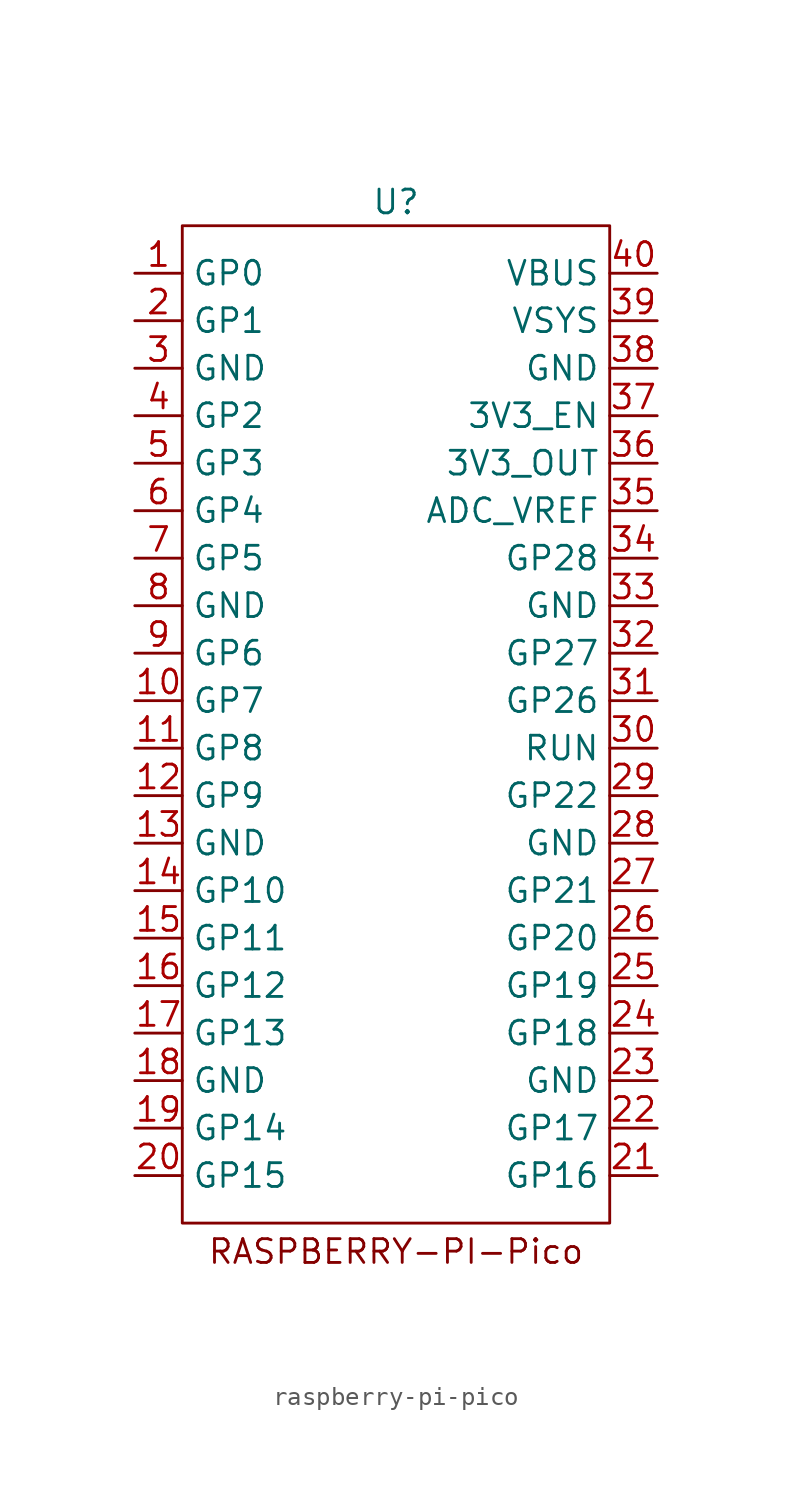
<source format=kicad_sym>
(kicad_symbol_lib
  (version 20231120)
  (generator "kicad_symbol_editor")
  (generator_version "8.0")
  (symbol "raspberry-pi-pico"
    (property "Reference" "U"
      (at 0 0 0)
      (effects (font (size 1.27 1.27))))
    (property "Value" ""
      (at 0 0 0)
      (effects (font (size 1.27 1.27))))
    (symbol "raspberry-pi-pico_0_1"
      (rectangle (start -11.43 -1.27) (end 11.43 -54.61) (stroke (width 0) (type default)) (fill (type none))))
    (symbol "raspberry-pi-pico_1_1"
      (text "RASPBERRY-PI-Pico" (at 0 -56.134 0) (effects (font (size 1.27 1.27))))
      (pin passive line (at -13.97 -3.81 0) (length 2.54) (name "GP0" (effects (font (size 1.27 1.27)))) (number "1" (effects (font (size 1.27 1.27)))))
      (pin passive line (at -13.97 -26.67 0) (length 2.54) (name "GP7" (effects (font (size 1.27 1.27)))) (number "10" (effects (font (size 1.27 1.27)))))
      (pin passive line (at -13.97 -29.21 0) (length 2.54) (name "GP8" (effects (font (size 1.27 1.27)))) (number "11" (effects (font (size 1.27 1.27)))))
      (pin passive line (at -13.97 -31.75 0) (length 2.54) (name "GP9" (effects (font (size 1.27 1.27)))) (number "12" (effects (font (size 1.27 1.27)))))
      (pin passive line (at -13.97 -34.29 0) (length 2.54) (name "GND" (effects (font (size 1.27 1.27)))) (number "13" (effects (font (size 1.27 1.27)))))
      (pin passive line (at -13.97 -36.83 0) (length 2.54) (name "GP10" (effects (font (size 1.27 1.27)))) (number "14" (effects (font (size 1.27 1.27)))))
      (pin passive line (at -13.97 -39.37 0) (length 2.54) (name "GP11" (effects (font (size 1.27 1.27)))) (number "15" (effects (font (size 1.27 1.27)))))
      (pin passive line (at -13.97 -41.91 0) (length 2.54) (name "GP12" (effects (font (size 1.27 1.27)))) (number "16" (effects (font (size 1.27 1.27)))))
      (pin passive line (at -13.97 -44.45 0) (length 2.54) (name "GP13" (effects (font (size 1.27 1.27)))) (number "17" (effects (font (size 1.27 1.27)))))
      (pin passive line (at -13.97 -46.99 0) (length 2.54) (name "GND" (effects (font (size 1.27 1.27)))) (number "18" (effects (font (size 1.27 1.27)))))
      (pin passive line (at -13.97 -49.53 0) (length 2.54) (name "GP14" (effects (font (size 1.27 1.27)))) (number "19" (effects (font (size 1.27 1.27)))))
      (pin passive line (at -13.97 -6.35 0) (length 2.54) (name "GP1" (effects (font (size 1.27 1.27)))) (number "2" (effects (font (size 1.27 1.27)))))
      (pin passive line (at -13.97 -52.07 0) (length 2.54) (name "GP15" (effects (font (size 1.27 1.27)))) (number "20" (effects (font (size 1.27 1.27)))))
      (pin passive line (at 13.97 -52.07 180) (length 2.54) (name "GP16" (effects (font (size 1.27 1.27)))) (number "21" (effects (font (size 1.27 1.27)))))
      (pin passive line (at 13.97 -49.53 180) (length 2.54) (name "GP17" (effects (font (size 1.27 1.27)))) (number "22" (effects (font (size 1.27 1.27)))))
      (pin passive line (at 13.97 -46.99 180) (length 2.54) (name "GND" (effects (font (size 1.27 1.27)))) (number "23" (effects (font (size 1.27 1.27)))))
      (pin passive line (at 13.97 -44.45 180) (length 2.54) (name "GP18" (effects (font (size 1.27 1.27)))) (number "24" (effects (font (size 1.27 1.27)))))
      (pin passive line (at 13.97 -41.91 180) (length 2.54) (name "GP19" (effects (font (size 1.27 1.27)))) (number "25" (effects (font (size 1.27 1.27)))))
      (pin passive line (at 13.97 -39.37 180) (length 2.54) (name "GP20" (effects (font (size 1.27 1.27)))) (number "26" (effects (font (size 1.27 1.27)))))
      (pin passive line (at 13.97 -36.83 180) (length 2.54) (name "GP21" (effects (font (size 1.27 1.27)))) (number "27" (effects (font (size 1.27 1.27)))))
      (pin passive line (at 13.97 -34.29 180) (length 2.54) (name "GND" (effects (font (size 1.27 1.27)))) (number "28" (effects (font (size 1.27 1.27)))))
      (pin passive line (at 13.97 -31.75 180) (length 2.54) (name "GP22" (effects (font (size 1.27 1.27)))) (number "29" (effects (font (size 1.27 1.27)))))
      (pin passive line (at -13.97 -8.89 0) (length 2.54) (name "GND" (effects (font (size 1.27 1.27)))) (number "3" (effects (font (size 1.27 1.27)))))
      (pin passive line (at 13.97 -29.21 180) (length 2.54) (name "RUN" (effects (font (size 1.27 1.27)))) (number "30" (effects (font (size 1.27 1.27)))))
      (pin passive line (at 13.97 -26.67 180) (length 2.54) (name "GP26" (effects (font (size 1.27 1.27)))) (number "31" (effects (font (size 1.27 1.27)))))
      (pin passive line (at 13.97 -24.13 180) (length 2.54) (name "GP27" (effects (font (size 1.27 1.27)))) (number "32" (effects (font (size 1.27 1.27)))))
      (pin passive line (at 13.97 -21.59 180) (length 2.54) (name "GND" (effects (font (size 1.27 1.27)))) (number "33" (effects (font (size 1.27 1.27)))))
      (pin passive line (at 13.97 -19.05 180) (length 2.54) (name "GP28" (effects (font (size 1.27 1.27)))) (number "34" (effects (font (size 1.27 1.27)))))
      (pin passive line (at 13.97 -16.51 180) (length 2.54) (name "ADC_VREF" (effects (font (size 1.27 1.27)))) (number "35" (effects (font (size 1.27 1.27)))))
      (pin passive line (at 13.97 -13.97 180) (length 2.54) (name "3V3_OUT" (effects (font (size 1.27 1.27)))) (number "36" (effects (font (size 1.27 1.27)))))
      (pin passive line (at 13.97 -11.43 180) (length 2.54) (name "3V3_EN" (effects (font (size 1.27 1.27)))) (number "37" (effects (font (size 1.27 1.27)))))
      (pin passive line (at 13.97 -8.89 180) (length 2.54) (name "GND" (effects (font (size 1.27 1.27)))) (number "38" (effects (font (size 1.27 1.27)))))
      (pin passive line (at 13.97 -6.35 180) (length 2.54) (name "VSYS" (effects (font (size 1.27 1.27)))) (number "39" (effects (font (size 1.27 1.27)))))
      (pin passive line (at -13.97 -11.43 0) (length 2.54) (name "GP2" (effects (font (size 1.27 1.27)))) (number "4" (effects (font (size 1.27 1.27)))))
      (pin power_out line (at 13.97 -3.81 180) (length 2.54) (name "VBUS" (effects (font (size 1.27 1.27)))) (number "40" (effects (font (size 1.27 1.27)))))
      (pin passive line (at -13.97 -13.97 0) (length 2.54) (name "GP3" (effects (font (size 1.27 1.27)))) (number "5" (effects (font (size 1.27 1.27)))))
      (pin passive line (at -13.97 -16.51 0) (length 2.54) (name "GP4" (effects (font (size 1.27 1.27)))) (number "6" (effects (font (size 1.27 1.27)))))
      (pin passive line (at -13.97 -19.05 0) (length 2.54) (name "GP5" (effects (font (size 1.27 1.27)))) (number "7" (effects (font (size 1.27 1.27)))))
      (pin passive line (at -13.97 -21.59 0) (length 2.54) (name "GND" (effects (font (size 1.27 1.27)))) (number "8" (effects (font (size 1.27 1.27)))))
      (pin passive line (at -13.97 -24.13 0) (length 2.54) (name "GP6" (effects (font (size 1.27 1.27)))) (number "9" (effects (font (size 1.27 1.27))))))))
</source>
